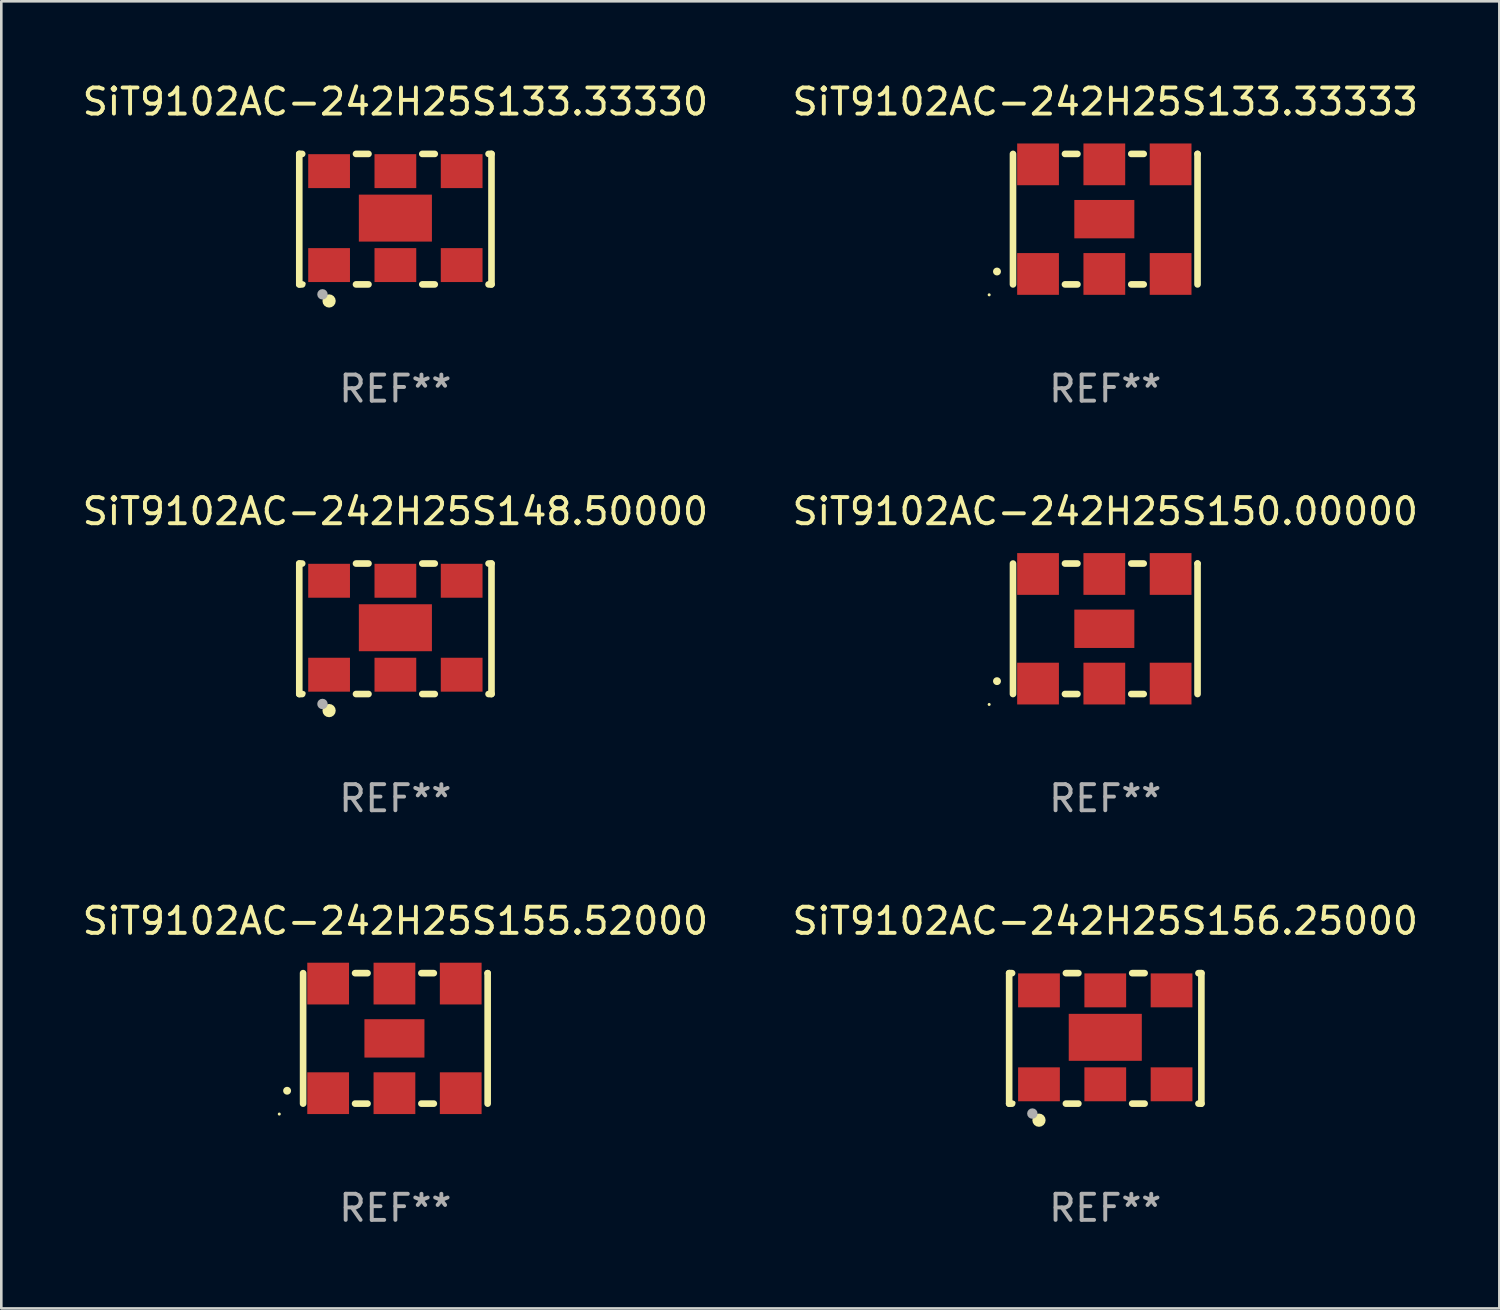
<source format=kicad_pcb>
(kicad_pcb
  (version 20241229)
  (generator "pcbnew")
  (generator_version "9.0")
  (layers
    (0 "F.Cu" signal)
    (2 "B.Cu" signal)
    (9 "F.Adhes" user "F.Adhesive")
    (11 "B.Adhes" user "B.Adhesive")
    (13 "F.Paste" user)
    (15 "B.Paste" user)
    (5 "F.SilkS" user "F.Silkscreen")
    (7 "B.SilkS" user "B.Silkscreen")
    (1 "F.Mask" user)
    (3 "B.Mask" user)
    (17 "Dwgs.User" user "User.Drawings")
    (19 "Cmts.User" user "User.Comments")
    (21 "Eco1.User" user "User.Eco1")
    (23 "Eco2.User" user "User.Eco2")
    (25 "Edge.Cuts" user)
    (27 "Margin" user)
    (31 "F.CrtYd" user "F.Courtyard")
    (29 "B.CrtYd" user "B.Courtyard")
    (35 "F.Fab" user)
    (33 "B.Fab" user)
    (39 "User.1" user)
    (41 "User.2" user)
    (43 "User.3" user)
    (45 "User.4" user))
  (footprint "SiT9102AC-242H25S148.50000"
    (layer "F.Cu")
    (at 12.101 21.045)
    (property "Reference" "SiT9102AC-242H25S148.50000" (at 0 -4.5 0) (layer "F.SilkS") (effects (font (size 1 1) (thickness 0.15))))
    (attr through_hole)
    (fp_line (start -3.683 -2.5) (end -3.571 -2.5) (stroke (width 0.254) (type solid)) (layer "F.SilkS"))
    (fp_line (start -3.683 2.5) (end -3.683 -2.5) (stroke (width 0.254) (type solid)) (layer "F.SilkS"))
    (fp_line (start -3.683 2.5) (end -3.571 2.5) (stroke (width 0.254) (type solid)) (layer "F.SilkS"))
    (fp_line (start -1.509 -2.5) (end -1.031 -2.5) (stroke (width 0.254) (type solid)) (layer "F.SilkS"))
    (fp_line (start -1.509 2.5) (end -1.031 2.5) (stroke (width 0.254) (type solid)) (layer "F.SilkS"))
    (fp_line (start 1.031 -2.5) (end 1.509 -2.5) (stroke (width 0.254) (type solid)) (layer "F.SilkS"))
    (fp_line (start 1.031 2.5) (end 1.509 2.5) (stroke (width 0.254) (type solid)) (layer "F.SilkS"))
    (fp_line (start 3.571 -2.5) (end 3.683 -2.5) (stroke (width 0.254) (type solid)) (layer "F.SilkS"))
    (fp_line (start 3.571 2.5) (end 3.683 2.5) (stroke (width 0.254) (type solid)) (layer "F.SilkS"))
    (fp_line (start 3.683 2.5) (end 3.683 -2.5) (stroke (width 0.254) (type solid)) (layer "F.SilkS"))
    (fp_circle (center -3.5 2.46) (end -3.47 2.46) (stroke (width 0.06) (type solid)) (fill no) (layer "F.SilkS"))
    (fp_circle (center -2.54 3.135) (end -2.413 3.135) (stroke (width 0.254) (type solid)) (fill no) (layer "F.SilkS"))
    (fp_circle (center -2.794 2.881) (end -2.694 2.881) (stroke (width 0.2) (type solid)) (fill no) (layer "F.Fab"))
    (fp_text user "REF**" (at 0 6.5 0) (layer "F.Fab") (effects (font (size 1 1) (thickness 0.15))))
    (pad "1" smd rect (at -2.54 1.76) (size 1.6 1.3) (layers "F.Cu" "F.Mask" "F.Paste"))
    (pad "2" smd rect (at 0 1.76) (size 1.6 1.3) (layers "F.Cu" "F.Mask" "F.Paste"))
    (pad "3" smd rect (at 2.54 1.76) (size 1.6 1.3) (layers "F.Cu" "F.Mask" "F.Paste"))
    (pad "4" smd rect (at 2.54 -1.84) (size 1.6 1.3) (layers "F.Cu" "F.Mask" "F.Paste"))
    (pad "5" smd rect (at 0 -1.84) (size 1.6 1.3) (layers "F.Cu" "F.Mask" "F.Paste"))
    (pad "6" smd rect (at -2.54 -1.84) (size 1.6 1.3) (layers "F.Cu" "F.Mask" "F.Paste"))
    (pad "7" smd rect (at 0 -0.04) (size 2.8 1.8) (layers "F.Cu" "F.Mask" "F.Paste")))
  (footprint "SiT9102AC-242H25S133.33330"
    (layer "F.Cu")
    (at 12.101 5.348)
    (property "Reference" "SiT9102AC-242H25S133.33330" (at 0 -4.5 0) (layer "F.SilkS") (effects (font (size 1 1) (thickness 0.15))))
    (attr through_hole)
    (fp_line (start -3.683 -2.5) (end -3.571 -2.5) (stroke (width 0.254) (type solid)) (layer "F.SilkS"))
    (fp_line (start -3.683 2.5) (end -3.683 -2.5) (stroke (width 0.254) (type solid)) (layer "F.SilkS"))
    (fp_line (start -3.683 2.5) (end -3.571 2.5) (stroke (width 0.254) (type solid)) (layer "F.SilkS"))
    (fp_line (start -1.509 -2.5) (end -1.031 -2.5) (stroke (width 0.254) (type solid)) (layer "F.SilkS"))
    (fp_line (start -1.509 2.5) (end -1.031 2.5) (stroke (width 0.254) (type solid)) (layer "F.SilkS"))
    (fp_line (start 1.031 -2.5) (end 1.509 -2.5) (stroke (width 0.254) (type solid)) (layer "F.SilkS"))
    (fp_line (start 1.031 2.5) (end 1.509 2.5) (stroke (width 0.254) (type solid)) (layer "F.SilkS"))
    (fp_line (start 3.571 -2.5) (end 3.683 -2.5) (stroke (width 0.254) (type solid)) (layer "F.SilkS"))
    (fp_line (start 3.571 2.5) (end 3.683 2.5) (stroke (width 0.254) (type solid)) (layer "F.SilkS"))
    (fp_line (start 3.683 2.5) (end 3.683 -2.5) (stroke (width 0.254) (type solid)) (layer "F.SilkS"))
    (fp_circle (center -3.5 2.46) (end -3.47 2.46) (stroke (width 0.06) (type solid)) (fill no) (layer "F.SilkS"))
    (fp_circle (center -2.54 3.135) (end -2.413 3.135) (stroke (width 0.254) (type solid)) (fill no) (layer "F.SilkS"))
    (fp_circle (center -2.794 2.881) (end -2.694 2.881) (stroke (width 0.2) (type solid)) (fill no) (layer "F.Fab"))
    (fp_text user "REF**" (at 0 6.5 0) (layer "F.Fab") (effects (font (size 1 1) (thickness 0.15))))
    (pad "1" smd rect (at -2.54 1.76) (size 1.6 1.3) (layers "F.Cu" "F.Mask" "F.Paste"))
    (pad "2" smd rect (at 0 1.76) (size 1.6 1.3) (layers "F.Cu" "F.Mask" "F.Paste"))
    (pad "3" smd rect (at 2.54 1.76) (size 1.6 1.3) (layers "F.Cu" "F.Mask" "F.Paste"))
    (pad "4" smd rect (at 2.54 -1.84) (size 1.6 1.3) (layers "F.Cu" "F.Mask" "F.Paste"))
    (pad "5" smd rect (at 0 -1.84) (size 1.6 1.3) (layers "F.Cu" "F.Mask" "F.Paste"))
    (pad "6" smd rect (at -2.54 -1.84) (size 1.6 1.3) (layers "F.Cu" "F.Mask" "F.Paste"))
    (pad "7" smd rect (at 0 -0.04) (size 2.8 1.8) (layers "F.Cu" "F.Mask" "F.Paste")))
  (footprint "SiT9102AC-242H25S133.33333"
    (layer "F.Cu")
    (at 39.304 5.348)
    (property "Reference" "SiT9102AC-242H25S133.33333" (at 0 -4.5 0) (layer "F.SilkS") (effects (font (size 1 1) (thickness 0.15))))
    (attr through_hole)
    (fp_line (start -3.536 -2.5) (end -3.536 2.5) (stroke (width 0.254) (type solid)) (layer "F.SilkS"))
    (fp_line (start -1.544 2.5) (end -1.067 2.5) (stroke (width 0.254) (type solid)) (layer "F.SilkS"))
    (fp_line (start -1.067 -2.5) (end -1.544 -2.5) (stroke (width 0.254) (type solid)) (layer "F.SilkS"))
    (fp_line (start 0.996 2.5) (end 1.473 2.5) (stroke (width 0.254) (type solid)) (layer "F.SilkS"))
    (fp_line (start 1.473 -2.5) (end 0.996 -2.5) (stroke (width 0.254) (type solid)) (layer "F.SilkS"))
    (fp_line (start 3.536 -2.5) (end 3.536 -2.5) (stroke (width 0.254) (type solid)) (layer "F.SilkS"))
    (fp_line (start 3.536 2.5) (end 3.536 -2.5) (stroke (width 0.254) (type solid)) (layer "F.SilkS"))
    (fp_arc (start -4.150432 2.006604) (mid -4.149162 2.006599) (end -4.147892 2.006604) (stroke (width 0.3) (type solid)) (layer "F.SilkS"))
    (fp_circle (center -4.449 2.9) (end -4.419 2.9) (stroke (width 0.06) (type solid)) (fill no) (layer "F.SilkS"))
    (fp_text user "REF**" (at 0 6.5 0) (layer "F.Fab") (effects (font (size 1 1) (thickness 0.15))))
    (pad "1" smd rect (at -2.576 2.1) (size 1.6 1.6) (layers "F.Cu" "F.Mask" "F.Paste"))
    (pad "2" smd rect (at -0.036 2.1) (size 1.6 1.6) (layers "F.Cu" "F.Mask" "F.Paste"))
    (pad "3" smd rect (at 2.504 2.1) (size 1.6 1.6) (layers "F.Cu" "F.Mask" "F.Paste"))
    (pad "4" smd rect (at 2.504 -2.1) (size 1.6 1.6) (layers "F.Cu" "F.Mask" "F.Paste"))
    (pad "5" smd rect (at -0.036 -2.1) (size 1.6 1.6) (layers "F.Cu" "F.Mask" "F.Paste"))
    (pad "6" smd rect (at -2.576 -2.1) (size 1.6 1.6) (layers "F.Cu" "F.Mask" "F.Paste"))
    (pad "7" smd rect (at -0.036 0) (size 2.3 1.47) (layers "F.Cu" "F.Mask" "F.Paste")))
  (footprint "SiT9102AC-242H25S156.25000"
    (layer "F.Cu")
    (at 39.304 36.741)
    (property "Reference" "SiT9102AC-242H25S156.25000" (at 0 -4.5 0) (layer "F.SilkS") (effects (font (size 1 1) (thickness 0.15))))
    (attr through_hole)
    (fp_line (start -3.683 -2.5) (end -3.571 -2.5) (stroke (width 0.254) (type solid)) (layer "F.SilkS"))
    (fp_line (start -3.683 2.5) (end -3.683 -2.5) (stroke (width 0.254) (type solid)) (layer "F.SilkS"))
    (fp_line (start -3.683 2.5) (end -3.571 2.5) (stroke (width 0.254) (type solid)) (layer "F.SilkS"))
    (fp_line (start -1.509 -2.5) (end -1.031 -2.5) (stroke (width 0.254) (type solid)) (layer "F.SilkS"))
    (fp_line (start -1.509 2.5) (end -1.031 2.5) (stroke (width 0.254) (type solid)) (layer "F.SilkS"))
    (fp_line (start 1.031 -2.5) (end 1.509 -2.5) (stroke (width 0.254) (type solid)) (layer "F.SilkS"))
    (fp_line (start 1.031 2.5) (end 1.509 2.5) (stroke (width 0.254) (type solid)) (layer "F.SilkS"))
    (fp_line (start 3.571 -2.5) (end 3.683 -2.5) (stroke (width 0.254) (type solid)) (layer "F.SilkS"))
    (fp_line (start 3.571 2.5) (end 3.683 2.5) (stroke (width 0.254) (type solid)) (layer "F.SilkS"))
    (fp_line (start 3.683 2.5) (end 3.683 -2.5) (stroke (width 0.254) (type solid)) (layer "F.SilkS"))
    (fp_circle (center -3.5 2.46) (end -3.47 2.46) (stroke (width 0.06) (type solid)) (fill no) (layer "F.SilkS"))
    (fp_circle (center -2.54 3.135) (end -2.413 3.135) (stroke (width 0.254) (type solid)) (fill no) (layer "F.SilkS"))
    (fp_circle (center -2.794 2.881) (end -2.694 2.881) (stroke (width 0.2) (type solid)) (fill no) (layer "F.Fab"))
    (fp_text user "REF**" (at 0 6.5 0) (layer "F.Fab") (effects (font (size 1 1) (thickness 0.15))))
    (pad "1" smd rect (at -2.54 1.76) (size 1.6 1.3) (layers "F.Cu" "F.Mask" "F.Paste"))
    (pad "2" smd rect (at 0 1.76) (size 1.6 1.3) (layers "F.Cu" "F.Mask" "F.Paste"))
    (pad "3" smd rect (at 2.54 1.76) (size 1.6 1.3) (layers "F.Cu" "F.Mask" "F.Paste"))
    (pad "4" smd rect (at 2.54 -1.84) (size 1.6 1.3) (layers "F.Cu" "F.Mask" "F.Paste"))
    (pad "5" smd rect (at 0 -1.84) (size 1.6 1.3) (layers "F.Cu" "F.Mask" "F.Paste"))
    (pad "6" smd rect (at -2.54 -1.84) (size 1.6 1.3) (layers "F.Cu" "F.Mask" "F.Paste"))
    (pad "7" smd rect (at 0 -0.04) (size 2.8 1.8) (layers "F.Cu" "F.Mask" "F.Paste")))
  (footprint "SiT9102AC-242H25S150.00000"
    (layer "F.Cu")
    (at 39.304 21.045)
    (property "Reference" "SiT9102AC-242H25S150.00000" (at 0 -4.5 0) (layer "F.SilkS") (effects (font (size 1 1) (thickness 0.15))))
    (attr through_hole)
    (fp_line (start -3.536 -2.5) (end -3.536 2.5) (stroke (width 0.254) (type solid)) (layer "F.SilkS"))
    (fp_line (start -1.544 2.5) (end -1.067 2.5) (stroke (width 0.254) (type solid)) (layer "F.SilkS"))
    (fp_line (start -1.067 -2.5) (end -1.544 -2.5) (stroke (width 0.254) (type solid)) (layer "F.SilkS"))
    (fp_line (start 0.996 2.5) (end 1.473 2.5) (stroke (width 0.254) (type solid)) (layer "F.SilkS"))
    (fp_line (start 1.473 -2.5) (end 0.996 -2.5) (stroke (width 0.254) (type solid)) (layer "F.SilkS"))
    (fp_line (start 3.536 -2.5) (end 3.536 -2.5) (stroke (width 0.254) (type solid)) (layer "F.SilkS"))
    (fp_line (start 3.536 2.5) (end 3.536 -2.5) (stroke (width 0.254) (type solid)) (layer "F.SilkS"))
    (fp_arc (start -4.150432 2.006604) (mid -4.149162 2.006599) (end -4.147892 2.006604) (stroke (width 0.3) (type solid)) (layer "F.SilkS"))
    (fp_circle (center -4.449 2.9) (end -4.419 2.9) (stroke (width 0.06) (type solid)) (fill no) (layer "F.SilkS"))
    (fp_text user "REF**" (at 0 6.5 0) (layer "F.Fab") (effects (font (size 1 1) (thickness 0.15))))
    (pad "1" smd rect (at -2.576 2.1) (size 1.6 1.6) (layers "F.Cu" "F.Mask" "F.Paste"))
    (pad "2" smd rect (at -0.036 2.1) (size 1.6 1.6) (layers "F.Cu" "F.Mask" "F.Paste"))
    (pad "3" smd rect (at 2.504 2.1) (size 1.6 1.6) (layers "F.Cu" "F.Mask" "F.Paste"))
    (pad "4" smd rect (at 2.504 -2.1) (size 1.6 1.6) (layers "F.Cu" "F.Mask" "F.Paste"))
    (pad "5" smd rect (at -0.036 -2.1) (size 1.6 1.6) (layers "F.Cu" "F.Mask" "F.Paste"))
    (pad "6" smd rect (at -2.576 -2.1) (size 1.6 1.6) (layers "F.Cu" "F.Mask" "F.Paste"))
    (pad "7" smd rect (at -0.036 0) (size 2.3 1.47) (layers "F.Cu" "F.Mask" "F.Paste")))
  (footprint "SiT9102AC-242H25S155.52000"
    (layer "F.Cu")
    (at 12.101 36.741)
    (property "Reference" "SiT9102AC-242H25S155.52000" (at 0 -4.5 0) (layer "F.SilkS") (effects (font (size 1 1) (thickness 0.15))))
    (attr through_hole)
    (fp_line (start -3.536 -2.5) (end -3.536 2.5) (stroke (width 0.254) (type solid)) (layer "F.SilkS"))
    (fp_line (start -1.544 2.5) (end -1.067 2.5) (stroke (width 0.254) (type solid)) (layer "F.SilkS"))
    (fp_line (start -1.067 -2.5) (end -1.544 -2.5) (stroke (width 0.254) (type solid)) (layer "F.SilkS"))
    (fp_line (start 0.996 2.5) (end 1.473 2.5) (stroke (width 0.254) (type solid)) (layer "F.SilkS"))
    (fp_line (start 1.473 -2.5) (end 0.996 -2.5) (stroke (width 0.254) (type solid)) (layer "F.SilkS"))
    (fp_line (start 3.536 -2.5) (end 3.536 -2.5) (stroke (width 0.254) (type solid)) (layer "F.SilkS"))
    (fp_line (start 3.536 2.5) (end 3.536 -2.5) (stroke (width 0.254) (type solid)) (layer "F.SilkS"))
    (fp_arc (start -4.150432 2.006604) (mid -4.149162 2.006599) (end -4.147892 2.006604) (stroke (width 0.3) (type solid)) (layer "F.SilkS"))
    (fp_circle (center -4.449 2.9) (end -4.419 2.9) (stroke (width 0.06) (type solid)) (fill no) (layer "F.SilkS"))
    (fp_text user "REF**" (at 0 6.5 0) (layer "F.Fab") (effects (font (size 1 1) (thickness 0.15))))
    (pad "1" smd rect (at -2.576 2.1) (size 1.6 1.6) (layers "F.Cu" "F.Mask" "F.Paste"))
    (pad "2" smd rect (at -0.036 2.1) (size 1.6 1.6) (layers "F.Cu" "F.Mask" "F.Paste"))
    (pad "3" smd rect (at 2.504 2.1) (size 1.6 1.6) (layers "F.Cu" "F.Mask" "F.Paste"))
    (pad "4" smd rect (at 2.504 -2.1) (size 1.6 1.6) (layers "F.Cu" "F.Mask" "F.Paste"))
    (pad "5" smd rect (at -0.036 -2.1) (size 1.6 1.6) (layers "F.Cu" "F.Mask" "F.Paste"))
    (pad "6" smd rect (at -2.576 -2.1) (size 1.6 1.6) (layers "F.Cu" "F.Mask" "F.Paste"))
    (pad "7" smd rect (at -0.036 0) (size 2.3 1.47) (layers "F.Cu" "F.Mask" "F.Paste")))
  (gr_rect
    (start -3 -3)
    (end 54.405 47.09)
    (stroke (width 0.1) (type default))
    (fill no)
    (layer "Edge.Cuts")))
</source>
